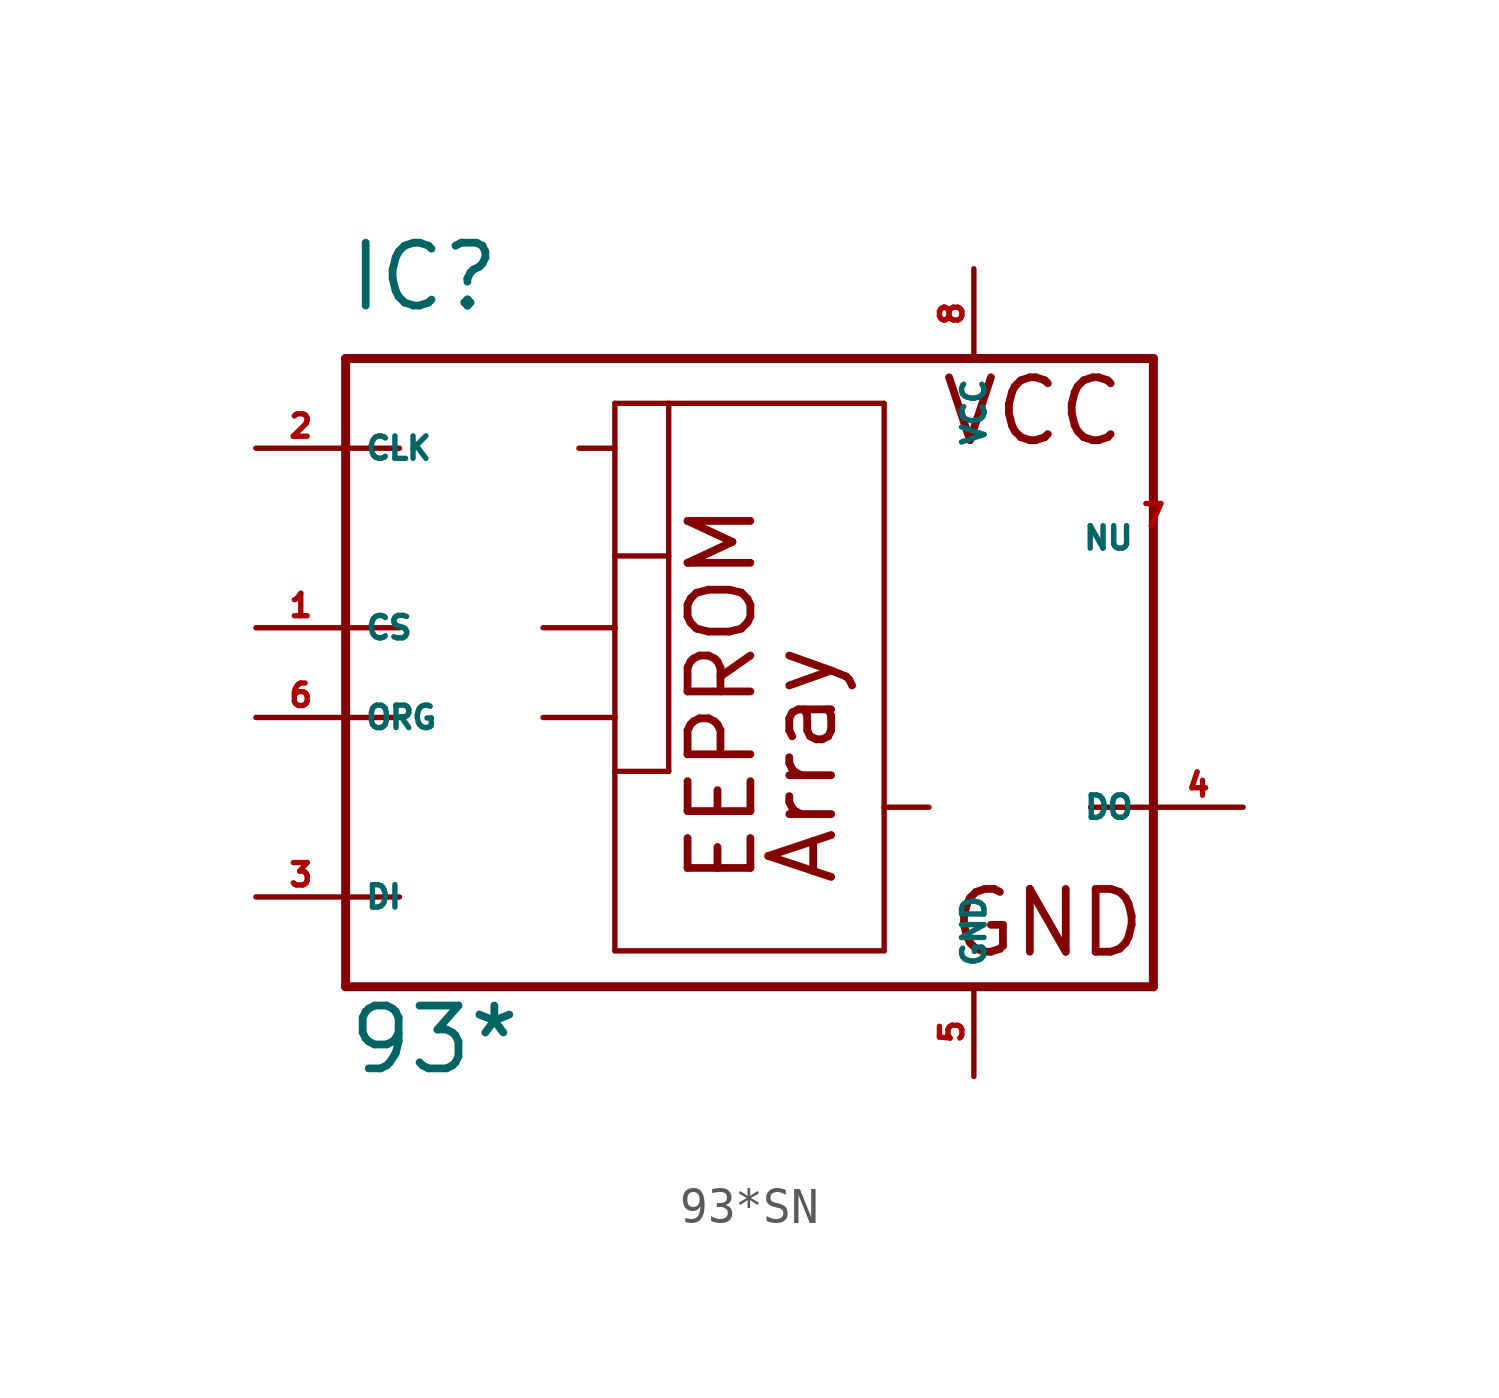
<source format=kicad_sym>
(kicad_symbol_lib
  (version 20220914)
  (generator Eagle2Kicad)
  (symbol "93*SN"
    (property "Reference" "IC"
      (at -10.16 11.43 0)
      (effects (font (size 1.778 1.778) (thickness 0.22)) (justify left bottom)))
    (property "Value" "93*"
      (at -10.16 -10.16 0)
      (effects (font (size 1.778 1.778) (thickness 0.22)) (justify left bottom)))
    (polyline
      (pts (xy -10.16 10.16) (xy 12.7 10.16))
      (stroke (width 0.254) (type default))
      (fill (type none)))
    (polyline
      (pts (xy 12.7 10.16) (xy 12.7 -2.54))
      (stroke (width 0.254) (type default))
      (fill (type none)))
    (polyline
      (pts (xy 12.7 -2.54) (xy 12.7 -7.62))
      (stroke (width 0.254) (type default))
      (fill (type none)))
    (polyline
      (pts (xy 12.7 -7.62) (xy -10.16 -7.62))
      (stroke (width 0.254) (type default))
      (fill (type none)))
    (polyline
      (pts (xy -10.16 -7.62) (xy -10.16 -5.08))
      (stroke (width 0.254) (type default))
      (fill (type none)))
    (polyline
      (pts (xy -10.16 -5.08) (xy -10.16 0))
      (stroke (width 0.254) (type default))
      (fill (type none)))
    (polyline
      (pts (xy -10.16 0) (xy -10.16 2.54))
      (stroke (width 0.254) (type default))
      (fill (type none)))
    (polyline
      (pts (xy -10.16 2.54) (xy -10.16 7.62))
      (stroke (width 0.254) (type default))
      (fill (type none)))
    (polyline
      (pts (xy -10.16 7.62) (xy -10.16 10.16))
      (stroke (width 0.254) (type default))
      (fill (type none)))
    (polyline
      (pts (xy -2.54 8.89) (xy -1.016 8.89))
      (stroke (width 0.152) (type default))
      (fill (type none)))
    (polyline
      (pts (xy -1.016 8.89) (xy 5.08 8.89))
      (stroke (width 0.152) (type default))
      (fill (type none)))
    (polyline
      (pts (xy 5.08 8.89) (xy 5.08 -2.54))
      (stroke (width 0.152) (type default))
      (fill (type none)))
    (polyline
      (pts (xy 5.08 -2.54) (xy 5.08 -6.604))
      (stroke (width 0.152) (type default))
      (fill (type none)))
    (polyline
      (pts (xy 5.08 -6.604) (xy -2.54 -6.604))
      (stroke (width 0.152) (type default))
      (fill (type none)))
    (polyline
      (pts (xy -2.54 -6.604) (xy -2.54 -1.524))
      (stroke (width 0.152) (type default))
      (fill (type none)))
    (polyline
      (pts (xy -2.54 -1.524) (xy -2.54 0))
      (stroke (width 0.152) (type default))
      (fill (type none)))
    (polyline
      (pts (xy -2.54 0) (xy -2.54 2.54))
      (stroke (width 0.152) (type default))
      (fill (type none)))
    (polyline
      (pts (xy -2.54 2.54) (xy -2.54 4.572))
      (stroke (width 0.152) (type default))
      (fill (type none)))
    (polyline
      (pts (xy -2.54 4.572) (xy -2.54 7.62))
      (stroke (width 0.152) (type default))
      (fill (type none)))
    (polyline
      (pts (xy -2.54 7.62) (xy -2.54 8.89))
      (stroke (width 0.152) (type default))
      (fill (type none)))
    (polyline
      (pts (xy -10.16 0) (xy -8.636 0))
      (stroke (width 0.152) (type default))
      (fill (type none)))
    (polyline
      (pts (xy -10.16 -5.08) (xy -8.636 -5.08))
      (stroke (width 0.152) (type default))
      (fill (type none)))
    (polyline
      (pts (xy -10.16 7.62) (xy -8.636 7.62))
      (stroke (width 0.152) (type default))
      (fill (type none)))
    (polyline
      (pts (xy -3.556 7.62) (xy -2.54 7.62))
      (stroke (width 0.152) (type default))
      (fill (type none)))
    (polyline
      (pts (xy 12.7 -2.54) (xy 10.922 -2.54))
      (stroke (width 0.152) (type default))
      (fill (type none)))
    (polyline
      (pts (xy 6.35 -2.54) (xy 5.08 -2.54))
      (stroke (width 0.152) (type default))
      (fill (type none)))
    (polyline
      (pts (xy -1.016 4.572) (xy -1.016 -1.524))
      (stroke (width 0.152) (type default))
      (fill (type none)))
    (polyline
      (pts (xy -10.16 2.54) (xy -8.636 2.54))
      (stroke (width 0.152) (type default))
      (fill (type none)))
    (polyline
      (pts (xy -4.572 2.54) (xy -2.54 2.54))
      (stroke (width 0.152) (type default))
      (fill (type none)))
    (polyline
      (pts (xy -2.54 4.572) (xy -1.016 4.572))
      (stroke (width 0.152) (type default))
      (fill (type none)))
    (polyline
      (pts (xy -4.572 0) (xy -2.54 0))
      (stroke (width 0.152) (type default))
      (fill (type none)))
    (polyline
      (pts (xy -2.54 -1.524) (xy -1.016 -1.524))
      (stroke (width 0.152) (type default))
      (fill (type none)))
    (polyline
      (pts (xy -1.016 8.89) (xy -1.016 4.572))
      (stroke (width 0.152) (type default))
      (fill (type none)))
    (text "Array"
      (at 3.81 -4.826 900)
      (effects (font (size 1.778 1.778) (thickness 0.22)) (justify left bottom)))
    (text "VCC"
      (at 6.604 7.62 0)
      (effects (font (size 1.778 1.778) (thickness 0.22)) (justify left bottom)))
    (text "GND"
      (at 6.858 -6.858 0)
      (effects (font (size 1.778 1.778) (thickness 0.22)) (justify left bottom)))
    (text "EEPROM"
      (at 1.524 -4.826 900)
      (effects (font (size 1.778 1.778) (thickness 0.22)) (justify left bottom)))
    (pin unspecified line
      (at 7.62 12.7 270)
      (length 2.54)
      (name "VCC" (effects (font (size 0.635 0.635) (thickness 0.08)) (justify left bottom)))
      (number "8" (effects (font (size 0.635 0.635) (thickness 0.08)) (justify left bottom))))
    (pin unspecified line
      (at 7.62 -10.16 90)
      (length 2.54)
      (name "GND" (effects (font (size 0.635 0.635) (thickness 0.08)) (justify left bottom)))
      (number "5" (effects (font (size 0.635 0.635) (thickness 0.08)) (justify left bottom))))
    (pin input line
      (at -12.7 7.62 0)
      (length 2.54)
      (name "CLK" (effects (font (size 0.635 0.635) (thickness 0.08)) (justify left bottom)))
      (number "2" (effects (font (size 0.635 0.635) (thickness 0.08)) (justify left bottom))))
    (pin tri_state line
      (at 15.24 -2.54 180)
      (length 2.54)
      (name "DO" (effects (font (size 0.635 0.635) (thickness 0.08)) (justify left bottom)))
      (number "4" (effects (font (size 0.635 0.635) (thickness 0.08)) (justify left bottom))))
    (pin passive line
      (at 12.7 5.08 180)
      (length 0)
      (name "NU" (effects (font (size 0.635 0.635) (thickness 0.08)) (justify left bottom)))
      (number "7" (effects (font (size 0.635 0.635) (thickness 0.08)) (justify left bottom))))
    (pin input line
      (at -12.7 0 0)
      (length 2.54)
      (name "ORG" (effects (font (size 0.635 0.635) (thickness 0.08)) (justify left bottom)))
      (number "6" (effects (font (size 0.635 0.635) (thickness 0.08)) (justify left bottom))))
    (pin input line
      (at -12.7 -5.08 0)
      (length 2.54)
      (name "DI" (effects (font (size 0.635 0.635) (thickness 0.08)) (justify left bottom)))
      (number "3" (effects (font (size 0.635 0.635) (thickness 0.08)) (justify left bottom))))
    (pin input line
      (at -12.7 2.54 0)
      (length 2.54)
      (name "CS" (effects (font (size 0.635 0.635) (thickness 0.08)) (justify left bottom)))
      (number "1" (effects (font (size 0.635 0.635) (thickness 0.08)) (justify left bottom))))))
</source>
